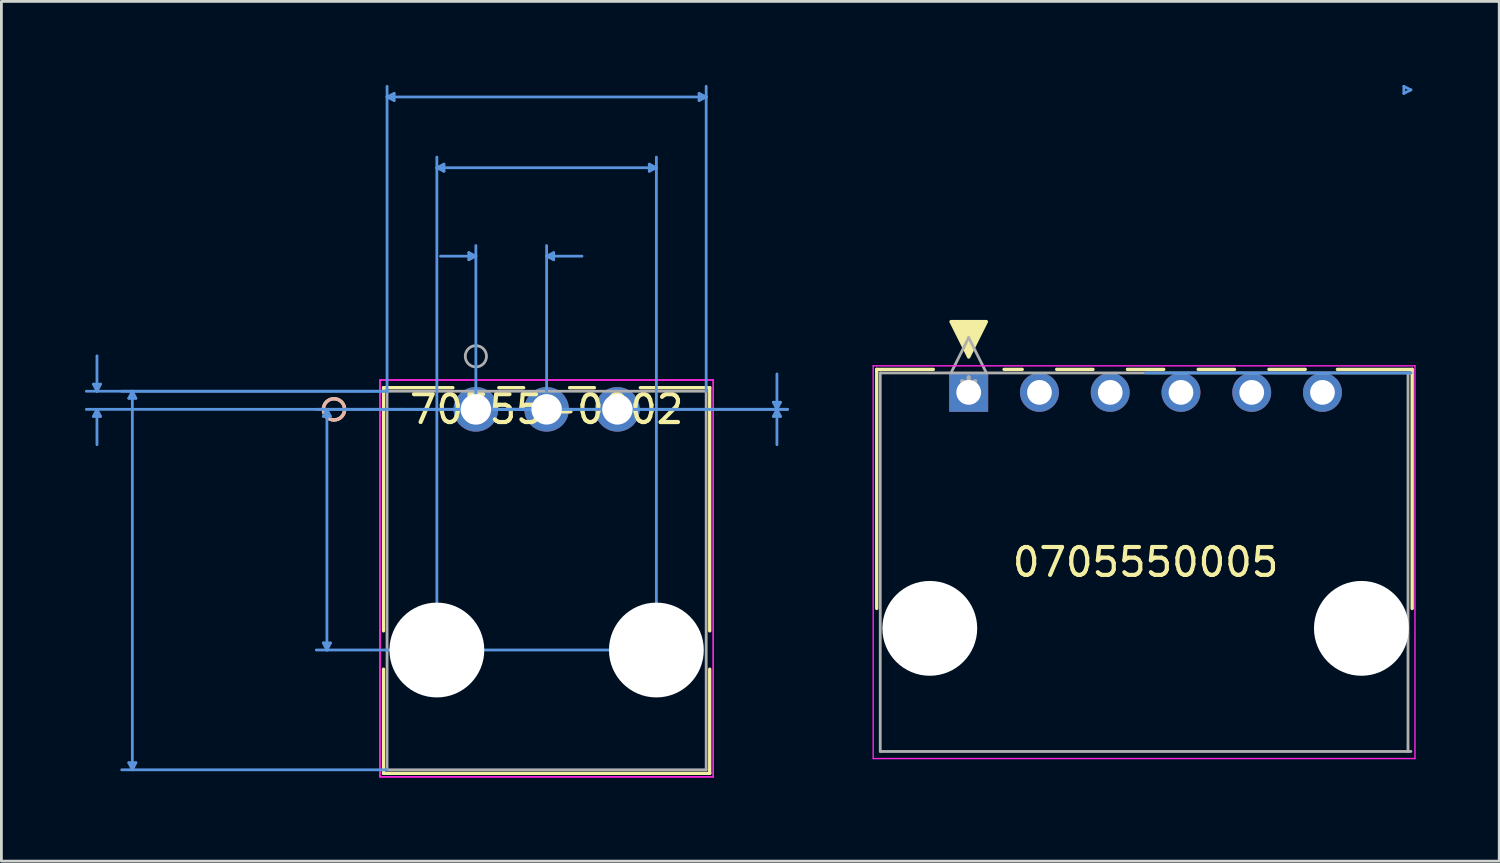
<source format=kicad_pcb>
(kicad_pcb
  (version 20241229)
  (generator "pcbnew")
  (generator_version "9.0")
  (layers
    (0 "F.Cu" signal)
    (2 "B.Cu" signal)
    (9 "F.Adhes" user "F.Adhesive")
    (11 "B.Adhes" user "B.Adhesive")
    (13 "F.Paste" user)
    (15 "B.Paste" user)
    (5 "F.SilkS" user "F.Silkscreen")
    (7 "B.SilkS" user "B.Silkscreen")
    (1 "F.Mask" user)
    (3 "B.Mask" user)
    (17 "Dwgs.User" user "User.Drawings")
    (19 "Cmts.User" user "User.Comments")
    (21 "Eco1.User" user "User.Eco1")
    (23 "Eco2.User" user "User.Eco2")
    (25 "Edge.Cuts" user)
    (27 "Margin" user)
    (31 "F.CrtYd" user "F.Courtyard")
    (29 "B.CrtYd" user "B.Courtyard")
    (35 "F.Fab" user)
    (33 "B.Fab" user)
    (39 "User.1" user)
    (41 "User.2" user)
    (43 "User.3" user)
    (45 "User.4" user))
  (footprint "70555-0002"
    (layer "F.Cu")
    (at 14.033 11.645)
    (property "Reference" "70555-0002" (at 2.54 0 0) (layer "F.SilkS") (effects (font (size 1 1) (thickness 0.15))))
    (attr through_hole)
    (fp_line (start -3.315 -0.777) (end -3.315 7.952) (stroke (width 0.12) (type solid)) (layer "F.SilkS"))
    (fp_line (start -3.315 9.328) (end -3.315 13.066) (stroke (width 0.12) (type solid)) (layer "F.SilkS"))
    (fp_line (start -3.315 13.066) (end 8.395 13.066) (stroke (width 0.12) (type solid)) (layer "F.SilkS"))
    (fp_line (start -0.824 -0.777) (end -3.315 -0.777) (stroke (width 0.12) (type solid)) (layer "F.SilkS"))
    (fp_line (start 1.716 -0.777) (end 0.824 -0.777) (stroke (width 0.12) (type solid)) (layer "F.SilkS"))
    (fp_line (start 4.256 -0.777) (end 3.364 -0.777) (stroke (width 0.12) (type solid)) (layer "F.SilkS"))
    (fp_line (start 8.395 -0.777) (end 5.904 -0.777) (stroke (width 0.12) (type solid)) (layer "F.SilkS"))
    (fp_line (start 8.395 7.952) (end 8.395 -0.777) (stroke (width 0.12) (type solid)) (layer "F.SilkS"))
    (fp_line (start 8.395 13.066) (end 8.395 9.328) (stroke (width 0.12) (type solid)) (layer "F.SilkS"))
    (fp_circle (center -5.093 0) (end -4.712 0) (stroke (width 0.12) (type solid)) (fill no) (layer "F.SilkS"))
    (fp_circle (center -5.093 0) (end -4.712 0) (stroke (width 0.12) (type solid)) (fill no) (layer "B.SilkS"))
    (fp_line (start -13.729 -0.904) (end -13.475 -0.904) (stroke (width 0.1) (type solid)) (layer "Cmts.User"))
    (fp_line (start -13.729 0.254) (end -13.475 0.254) (stroke (width 0.1) (type solid)) (layer "Cmts.User"))
    (fp_line (start -13.602 -0.65) (end -13.729 -0.904) (stroke (width 0.1) (type solid)) (layer "Cmts.User"))
    (fp_line (start -13.602 -0.65) (end -13.602 -1.92) (stroke (width 0.1) (type solid)) (layer "Cmts.User"))
    (fp_line (start -13.602 -0.65) (end -13.475 -0.904) (stroke (width 0.1) (type solid)) (layer "Cmts.User"))
    (fp_line (start -13.602 0) (end -13.729 0.254) (stroke (width 0.1) (type solid)) (layer "Cmts.User"))
    (fp_line (start -13.602 0) (end -13.602 1.27) (stroke (width 0.1) (type solid)) (layer "Cmts.User"))
    (fp_line (start -13.602 0) (end -13.475 0.254) (stroke (width 0.1) (type solid)) (layer "Cmts.User"))
    (fp_line (start -12.459 -0.396) (end -12.205 -0.396) (stroke (width 0.1) (type solid)) (layer "Cmts.User"))
    (fp_line (start -12.459 12.685) (end -12.205 12.685) (stroke (width 0.1) (type solid)) (layer "Cmts.User"))
    (fp_line (start -12.332 -0.65) (end -12.459 -0.396) (stroke (width 0.1) (type solid)) (layer "Cmts.User"))
    (fp_line (start -12.332 -0.65) (end -12.332 12.939) (stroke (width 0.1) (type solid)) (layer "Cmts.User"))
    (fp_line (start -12.332 -0.65) (end -12.205 -0.396) (stroke (width 0.1) (type solid)) (layer "Cmts.User"))
    (fp_line (start -12.332 12.939) (end -12.459 12.685) (stroke (width 0.1) (type solid)) (layer "Cmts.User"))
    (fp_line (start -12.332 12.939) (end -12.205 12.685) (stroke (width 0.1) (type solid)) (layer "Cmts.User"))
    (fp_line (start -5.474 0.254) (end -5.22 0.254) (stroke (width 0.1) (type solid)) (layer "Cmts.User"))
    (fp_line (start -5.474 8.386) (end -5.22 8.386) (stroke (width 0.1) (type solid)) (layer "Cmts.User"))
    (fp_line (start -5.347 0) (end -5.474 0.254) (stroke (width 0.1) (type solid)) (layer "Cmts.User"))
    (fp_line (start -5.347 0) (end -5.347 8.64) (stroke (width 0.1) (type solid)) (layer "Cmts.User"))
    (fp_line (start -5.347 0) (end -5.22 0.254) (stroke (width 0.1) (type solid)) (layer "Cmts.User"))
    (fp_line (start -5.347 8.64) (end -5.474 8.386) (stroke (width 0.1) (type solid)) (layer "Cmts.User"))
    (fp_line (start -5.347 8.64) (end -5.22 8.386) (stroke (width 0.1) (type solid)) (layer "Cmts.User"))
    (fp_line (start -3.188 -11.214) (end -2.934 -11.341) (stroke (width 0.1) (type solid)) (layer "Cmts.User"))
    (fp_line (start -3.188 -11.214) (end -2.934 -11.087) (stroke (width 0.1) (type solid)) (layer "Cmts.User"))
    (fp_line (start -3.188 -11.214) (end 8.268 -11.214) (stroke (width 0.1) (type solid)) (layer "Cmts.User"))
    (fp_line (start -3.188 -0.65) (end -13.983 -0.65) (stroke (width 0.1) (type solid)) (layer "Cmts.User"))
    (fp_line (start -3.188 -0.65) (end -12.713 -0.65) (stroke (width 0.1) (type solid)) (layer "Cmts.User"))
    (fp_line (start -3.188 -0.65) (end -3.188 -11.595) (stroke (width 0.1) (type solid)) (layer "Cmts.User"))
    (fp_line (start -3.188 12.939) (end -12.713 12.939) (stroke (width 0.1) (type solid)) (layer "Cmts.User"))
    (fp_line (start -2.934 -11.341) (end -2.934 -11.087) (stroke (width 0.1) (type solid)) (layer "Cmts.User"))
    (fp_line (start -1.4 -8.674) (end -1.146 -8.801) (stroke (width 0.1) (type solid)) (layer "Cmts.User"))
    (fp_line (start -1.4 -8.674) (end -1.146 -8.547) (stroke (width 0.1) (type solid)) (layer "Cmts.User"))
    (fp_line (start -1.4 -8.674) (end 6.48 -8.674) (stroke (width 0.1) (type solid)) (layer "Cmts.User"))
    (fp_line (start -1.4 8.64) (end -1.4 -9.055) (stroke (width 0.1) (type solid)) (layer "Cmts.User"))
    (fp_line (start -1.146 -8.801) (end -1.146 -8.547) (stroke (width 0.1) (type solid)) (layer "Cmts.User"))
    (fp_line (start -0.254 -5.626) (end -0.254 -5.372) (stroke (width 0.1) (type solid)) (layer "Cmts.User"))
    (fp_line (start 0 -5.499) (end -1.27 -5.499) (stroke (width 0.1) (type solid)) (layer "Cmts.User"))
    (fp_line (start 0 -5.499) (end -0.254 -5.626) (stroke (width 0.1) (type solid)) (layer "Cmts.User"))
    (fp_line (start 0 -5.499) (end -0.254 -5.372) (stroke (width 0.1) (type solid)) (layer "Cmts.User"))
    (fp_line (start 0 0) (end 0 -5.88) (stroke (width 0.1) (type solid)) (layer "Cmts.User"))
    (fp_line (start 0 0) (end 11.189 0) (stroke (width 0.1) (type solid)) (layer "Cmts.User"))
    (fp_line (start 0 0) (end 11.189 0) (stroke (width 0.1) (type solid)) (layer "Cmts.User"))
    (fp_line (start 2.54 -5.499) (end 2.794 -5.626) (stroke (width 0.1) (type solid)) (layer "Cmts.User"))
    (fp_line (start 2.54 -5.499) (end 2.794 -5.372) (stroke (width 0.1) (type solid)) (layer "Cmts.User"))
    (fp_line (start 2.54 -5.499) (end 3.81 -5.499) (stroke (width 0.1) (type solid)) (layer "Cmts.User"))
    (fp_line (start 2.54 0) (end -13.983 0) (stroke (width 0.1) (type solid)) (layer "Cmts.User"))
    (fp_line (start 2.54 0) (end -5.728 0) (stroke (width 0.1) (type solid)) (layer "Cmts.User"))
    (fp_line (start 2.54 0) (end 2.54 -5.88) (stroke (width 0.1) (type solid)) (layer "Cmts.User"))
    (fp_line (start 2.794 -5.626) (end 2.794 -5.372) (stroke (width 0.1) (type solid)) (layer "Cmts.User"))
    (fp_line (start 6.226 -8.801) (end 6.226 -8.547) (stroke (width 0.1) (type solid)) (layer "Cmts.User"))
    (fp_line (start 6.48 -8.674) (end 6.226 -8.801) (stroke (width 0.1) (type solid)) (layer "Cmts.User"))
    (fp_line (start 6.48 -8.674) (end 6.226 -8.547) (stroke (width 0.1) (type solid)) (layer "Cmts.User"))
    (fp_line (start 6.48 8.64) (end -5.728 8.64) (stroke (width 0.1) (type solid)) (layer "Cmts.User"))
    (fp_line (start 6.48 8.64) (end 6.48 -9.055) (stroke (width 0.1) (type solid)) (layer "Cmts.User"))
    (fp_line (start 8.014 -11.341) (end 8.014 -11.087) (stroke (width 0.1) (type solid)) (layer "Cmts.User"))
    (fp_line (start 8.268 -11.214) (end 8.014 -11.341) (stroke (width 0.1) (type solid)) (layer "Cmts.User"))
    (fp_line (start 8.268 -11.214) (end 8.014 -11.087) (stroke (width 0.1) (type solid)) (layer "Cmts.User"))
    (fp_line (start 8.268 -0.65) (end 8.268 -11.595) (stroke (width 0.1) (type solid)) (layer "Cmts.User"))
    (fp_line (start 10.681 -0.254) (end 10.935 -0.254) (stroke (width 0.1) (type solid)) (layer "Cmts.User"))
    (fp_line (start 10.681 0.254) (end 10.935 0.254) (stroke (width 0.1) (type solid)) (layer "Cmts.User"))
    (fp_line (start 10.808 0) (end 10.681 -0.254) (stroke (width 0.1) (type solid)) (layer "Cmts.User"))
    (fp_line (start 10.808 0) (end 10.681 0.254) (stroke (width 0.1) (type solid)) (layer "Cmts.User"))
    (fp_line (start 10.808 0) (end 10.808 -1.27) (stroke (width 0.1) (type solid)) (layer "Cmts.User"))
    (fp_line (start 10.808 0) (end 10.808 1.27) (stroke (width 0.1) (type solid)) (layer "Cmts.User"))
    (fp_line (start 10.808 0) (end 10.935 -0.254) (stroke (width 0.1) (type solid)) (layer "Cmts.User"))
    (fp_line (start 10.808 0) (end 10.935 0.254) (stroke (width 0.1) (type solid)) (layer "Cmts.User"))
    (fp_line (start -3.442 -1.054) (end -3.442 13.193) (stroke (width 0.05) (type solid)) (layer "F.CrtYd"))
    (fp_line (start -3.442 -1.054) (end -3.442 13.193) (stroke (width 0.05) (type solid)) (layer "F.CrtYd"))
    (fp_line (start -3.442 13.193) (end 8.522 13.193) (stroke (width 0.05) (type solid)) (layer "F.CrtYd"))
    (fp_line (start -3.442 13.193) (end 8.522 13.193) (stroke (width 0.05) (type solid)) (layer "F.CrtYd"))
    (fp_line (start 8.522 -1.054) (end -3.442 -1.054) (stroke (width 0.05) (type solid)) (layer "F.CrtYd"))
    (fp_line (start 8.522 -1.054) (end -3.442 -1.054) (stroke (width 0.05) (type solid)) (layer "F.CrtYd"))
    (fp_line (start 8.522 13.193) (end 8.522 -1.054) (stroke (width 0.05) (type solid)) (layer "F.CrtYd"))
    (fp_line (start 8.522 13.193) (end 8.522 -1.054) (stroke (width 0.05) (type solid)) (layer "F.CrtYd"))
    (fp_line (start -3.188 -0.65) (end -3.188 12.939) (stroke (width 0.1) (type solid)) (layer "F.Fab"))
    (fp_line (start -3.188 12.939) (end 8.268 12.939) (stroke (width 0.1) (type solid)) (layer "F.Fab"))
    (fp_line (start 8.268 -0.65) (end -3.188 -0.65) (stroke (width 0.1) (type solid)) (layer "F.Fab"))
    (fp_line (start 8.268 12.939) (end 8.268 -0.65) (stroke (width 0.1) (type solid)) (layer "F.Fab"))
    (fp_circle (center 0 -1.905) (end 0.381 -1.905) (stroke (width 0.1) (type solid)) (fill no) (layer "F.Fab"))
    (fp_text user "*" (at 0 0 0) (layer "F.SilkS") (effects (font (size 1 1) (thickness 0.15))))
    (fp_text user "Copyright 2021 Accelerated Designs. All rights reserved." (at 0 0 0) (layer "Cmts.User") (effects (font (size 0.127 0.127) (thickness 0.002))))
    (fp_text user "*" (at 0 0 0) (layer "F.Fab") (effects (font (size 1 1) (thickness 0.15))))
    (pad "" np_thru_hole circle (at -1.4 8.64) (size 3.404 3.404) (drill 3.404) (layers "*.Cu" "*.Mask"))
    (pad "" np_thru_hole circle (at 6.48 8.64) (size 3.404 3.404) (drill 3.404) (layers "*.Cu" "*.Mask"))
    (pad "1" thru_hole circle (at 0 0) (size 1.6 1.6) (drill 1.092) (layers "*.Cu" "*.Mask"))
    (pad "2" thru_hole circle (at 2.54 0) (size 1.6 1.6) (drill 1.092) (layers "*.Cu" "*.Mask"))
    (pad "3" thru_hole circle (at 5.08 0) (size 1.6 1.6) (drill 1.092) (layers "*.Cu" "*.Mask")))
  (footprint "0705550005"
    (layer "F.Cu")
    (at 31.725 11.036)
    (property "Reference" "0705550005" (at 6.35 6.096 0) (layer "F.SilkS") (effects (font (size 1 1) (thickness 0.15))))
    (attr through_hole)
    (fp_line (start -3.302 -0.826) (end -3.302 7.757) (stroke (width 0.12) (type solid)) (layer "F.SilkS"))
    (fp_line (start -1.27 -0.826) (end -3.302 -0.826) (stroke (width 0.12) (type solid)) (layer "F.SilkS"))
    (fp_line (start 1.922 -0.826) (end 1.27 -0.826) (stroke (width 0.12) (type solid)) (layer "F.SilkS"))
    (fp_line (start 4.462 -0.826) (end 3.158 -0.826) (stroke (width 0.12) (type solid)) (layer "F.SilkS"))
    (fp_line (start 7.002 -0.826) (end 5.698 -0.826) (stroke (width 0.12) (type solid)) (layer "F.SilkS"))
    (fp_line (start 9.542 -0.826) (end 8.238 -0.826) (stroke (width 0.12) (type solid)) (layer "F.SilkS"))
    (fp_line (start 12.082 -0.826) (end 10.778 -0.826) (stroke (width 0.12) (type solid)) (layer "F.SilkS"))
    (fp_line (start 15.92 -0.826) (end 13.236 -0.826) (stroke (width 0.12) (type solid)) (layer "F.SilkS"))
    (fp_line (start 15.92 7.757) (end 15.92 -0.826) (stroke (width 0.12) (type solid)) (layer "F.SilkS"))
    (fp_poly (pts (xy 0 -1.27) (xy -0.635 -2.54) (xy 0.635 -2.54)) (stroke (width 0.12) (type solid)) (fill yes) (layer "F.SilkS"))
    (fp_line (start 6.35 -0.699) (end 15.875 -0.699) (stroke (width 0.1) (type solid)) (layer "Cmts.User"))
    (fp_line (start 15.621 -10.986) (end 15.621 -10.732) (stroke (width 0.1) (type solid)) (layer "Cmts.User"))
    (fp_line (start 15.875 -10.858) (end 15.621 -10.986) (stroke (width 0.1) (type solid)) (layer "Cmts.User"))
    (fp_line (start 15.875 -10.858) (end 15.621 -10.732) (stroke (width 0.1) (type solid)) (layer "Cmts.User"))
    (fp_line (start -3.429 -0.953) (end -3.429 13.145) (stroke (width 0.05) (type solid)) (layer "F.CrtYd"))
    (fp_line (start -3.429 -0.953) (end 16.02 -0.953) (stroke (width 0.05) (type solid)) (layer "F.CrtYd"))
    (fp_line (start 16.02 -0.953) (end 16.02 13.145) (stroke (width 0.05) (type solid)) (layer "F.CrtYd"))
    (fp_line (start 16.02 13.145) (end -3.429 13.145) (stroke (width 0.05) (type solid)) (layer "F.CrtYd"))
    (fp_line (start -3.175 -0.699) (end -3.175 12.89) (stroke (width 0.1) (type solid)) (layer "F.Fab"))
    (fp_line (start -3.175 12.89) (end 15.875 12.89) (stroke (width 0.1) (type solid)) (layer "F.Fab"))
    (fp_line (start -0.635 -0.699) (end 0 -1.968) (stroke (width 0.1) (type solid)) (layer "F.Fab"))
    (fp_line (start 0.635 -0.699) (end 0 -1.968) (stroke (width 0.1) (type solid)) (layer "F.Fab"))
    (fp_line (start 15.77 12.89) (end 15.77 -0.699) (stroke (width 0.1) (type solid)) (layer "F.Fab"))
    (fp_line (start 15.875 -0.699) (end -3.175 -0.699) (stroke (width 0.1) (type solid)) (layer "F.Fab"))
    (fp_text user "*" (at 0 0 0) (layer "F.Fab") (effects (font (size 1 1) (thickness 0.15))))
    (pad "" np_thru_hole circle (at -1.397 8.471 90) (size 3.404 3.404) (drill 3.404) (layers "*.Cu" "*.Mask"))
    (pad "" np_thru_hole circle (at 14.097 8.471 90) (size 3.404 3.404) (drill 3.404) (layers "*.Cu" "*.Mask"))
    (pad "1" thru_hole rect (at 0 0) (size 1.397 1.397) (drill 0.889) (layers "*.Cu" "*.Mask"))
    (pad "2" thru_hole circle (at 2.54 0) (size 1.397 1.397) (drill 0.889) (layers "*.Cu" "*.Mask"))
    (pad "3" thru_hole circle (at 5.08 0) (size 1.397 1.397) (drill 0.889) (layers "*.Cu" "*.Mask"))
    (pad "4" thru_hole circle (at 7.62 0) (size 1.397 1.397) (drill 0.889) (layers "*.Cu" "*.Mask"))
    (pad "5" thru_hole circle (at 10.16 0) (size 1.397 1.397) (drill 0.889) (layers "*.Cu" "*.Mask"))
    (pad "6" thru_hole circle (at 12.7 0) (size 1.397 1.397) (drill 0.889) (layers "*.Cu" "*.Mask")))
  (gr_rect
    (start -3 -3)
    (end 50.77 27.863)
    (stroke (width 0.1) (type default))
    (fill no)
    (layer "Edge.Cuts")))
</source>
